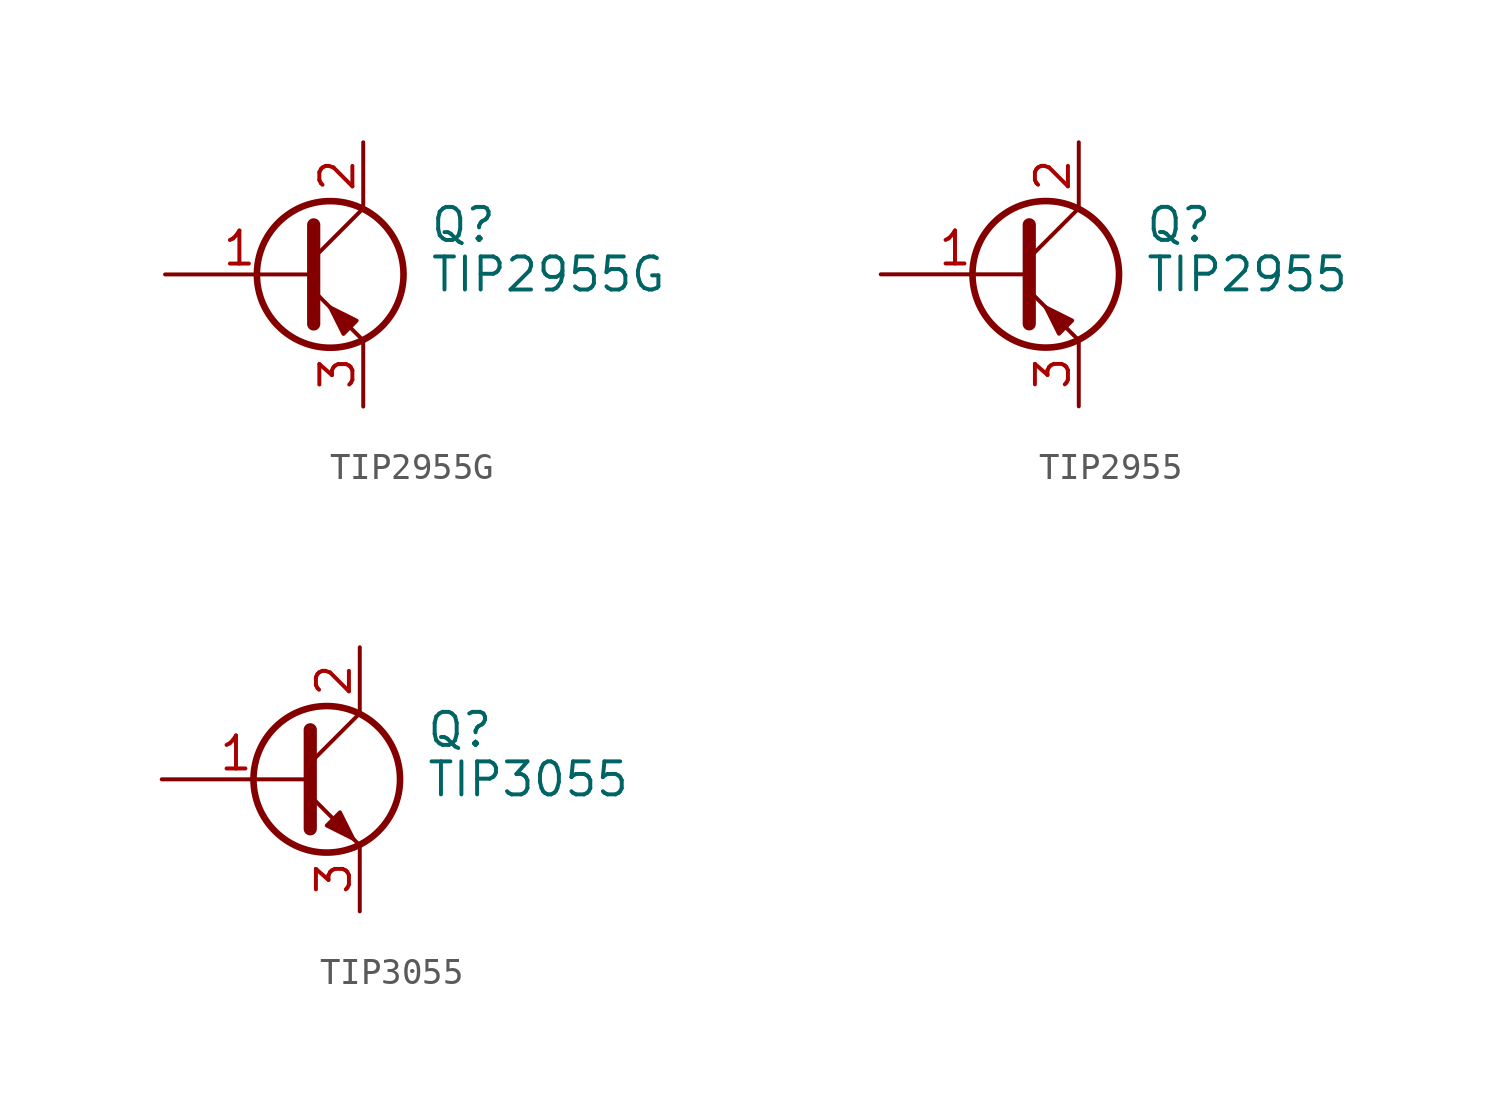
<source format=kicad_sym>
(kicad_symbol_lib
  (version 20211014)
  (generator kicad_symbol_editor)
  (symbol "TIP2955G"
    (pin_names
      (offset 0) hide)
    (property "Reference" "Q"
      (at 5.08 1.905 0)
      (effects (font (size 1.27 1.27)) (justify left)))
    (property "Value" "TIP2955G"
      (at 5.08 0 0)
      (effects (font (size 1.27 1.27)) (justify left)))
    (symbol "TIP2955G_0_1"
      (polyline (pts (xy 0.635 0.635) (xy 2.54 2.54)) (stroke (width 0) (type default) (color 0 0 0 0)) (fill (type none)))
      (polyline (pts (xy 0.635 -0.635) (xy 2.54 -2.54) (xy 2.54 -2.54)) (stroke (width 0) (type default) (color 0 0 0 0)) (fill (type none)))
      (polyline (pts (xy 0.635 1.905) (xy 0.635 -1.905) (xy 0.635 -1.905)) (stroke (width 0.508) (type default) (color 0 0 0 0)) (fill (type none)))
      (polyline (pts (xy 2.286 -1.778) (xy 1.778 -2.286) (xy 1.27 -1.27) (xy 2.286 -1.778) (xy 2.286 -1.778)) (stroke (width 0) (type default) (color 0 0 0 0)) (fill (type outline)))
      (circle (center 1.27 0) (radius 2.819) (stroke (width 0.254) (type default) (color 0 0 0 0)) (fill (type none))))
    (symbol "TIP2955G_1_1"
      (pin input line (at -5.08 0 0) (length 5.715) (name "B" (effects (font (size 1.27 1.27)))) (number "1" (effects (font (size 1.27 1.27)))))
      (pin passive line (at 2.54 5.08 270) (length 2.54) (name "C" (effects (font (size 1.27 1.27)))) (number "2" (effects (font (size 1.27 1.27)))))
      (pin passive line (at 2.54 -5.08 90) (length 2.54) (name "E" (effects (font (size 1.27 1.27)))) (number "3" (effects (font (size 1.27 1.27)))))))
  (symbol "TIP2955"
    (pin_names
      (offset 0) hide)
    (property "Reference" "Q"
      (at 5.08 1.905 0)
      (effects (font (size 1.27 1.27)) (justify left)))
    (property "Value" "TIP2955"
      (at 5.08 0 0)
      (effects (font (size 1.27 1.27)) (justify left)))
    (symbol "TIP2955_0_1"
      (polyline (pts (xy 0.635 0.635) (xy 2.54 2.54)) (stroke (width 0) (type default) (color 0 0 0 0)) (fill (type none)))
      (polyline (pts (xy 0.635 -0.635) (xy 2.54 -2.54) (xy 2.54 -2.54)) (stroke (width 0) (type default) (color 0 0 0 0)) (fill (type none)))
      (polyline (pts (xy 0.635 1.905) (xy 0.635 -1.905) (xy 0.635 -1.905)) (stroke (width 0.508) (type default) (color 0 0 0 0)) (fill (type none)))
      (polyline (pts (xy 2.286 -1.778) (xy 1.778 -2.286) (xy 1.27 -1.27) (xy 2.286 -1.778) (xy 2.286 -1.778)) (stroke (width 0) (type default) (color 0 0 0 0)) (fill (type outline)))
      (circle (center 1.27 0) (radius 2.819) (stroke (width 0.254) (type default) (color 0 0 0 0)) (fill (type none))))
    (symbol "TIP2955_1_1"
      (pin input line (at -5.08 0 0) (length 5.715) (name "B" (effects (font (size 1.27 1.27)))) (number "1" (effects (font (size 1.27 1.27)))))
      (pin passive line (at 2.54 5.08 270) (length 2.54) (name "C" (effects (font (size 1.27 1.27)))) (number "2" (effects (font (size 1.27 1.27)))))
      (pin passive line (at 2.54 -5.08 90) (length 2.54) (name "E" (effects (font (size 1.27 1.27)))) (number "3" (effects (font (size 1.27 1.27)))))))
  (symbol "TIP3055"
    (pin_names
      (offset 0) hide)
    (property "Reference" "Q"
      (at 5.08 1.905 0)
      (effects (font (size 1.27 1.27)) (justify left)))
    (property "Value" "TIP3055"
      (at 5.08 0 0)
      (effects (font (size 1.27 1.27)) (justify left)))
    (symbol "TIP3055_0_1"
      (polyline (pts (xy 0.635 0.635) (xy 2.54 2.54)) (stroke (width 0) (type default) (color 0 0 0 0)) (fill (type none)))
      (polyline (pts (xy 0.635 -0.635) (xy 2.54 -2.54) (xy 2.54 -2.54)) (stroke (width 0) (type default) (color 0 0 0 0)) (fill (type none)))
      (polyline (pts (xy 0.635 1.905) (xy 0.635 -1.905) (xy 0.635 -1.905)) (stroke (width 0.508) (type default) (color 0 0 0 0)) (fill (type none)))
      (polyline (pts (xy 1.27 -1.778) (xy 1.778 -1.27) (xy 2.286 -2.286) (xy 1.27 -1.778) (xy 1.27 -1.778)) (stroke (width 0) (type default) (color 0 0 0 0)) (fill (type outline)))
      (circle (center 1.27 0) (radius 2.819) (stroke (width 0.254) (type default) (color 0 0 0 0)) (fill (type none))))
    (symbol "TIP3055_1_1"
      (pin input line (at -5.08 0 0) (length 5.715) (name "B" (effects (font (size 1.27 1.27)))) (number "1" (effects (font (size 1.27 1.27)))))
      (pin passive line (at 2.54 5.08 270) (length 2.54) (name "C" (effects (font (size 1.27 1.27)))) (number "2" (effects (font (size 1.27 1.27)))))
      (pin passive line (at 2.54 -5.08 90) (length 2.54) (name "E" (effects (font (size 1.27 1.27)))) (number "3" (effects (font (size 1.27 1.27))))))))
</source>
